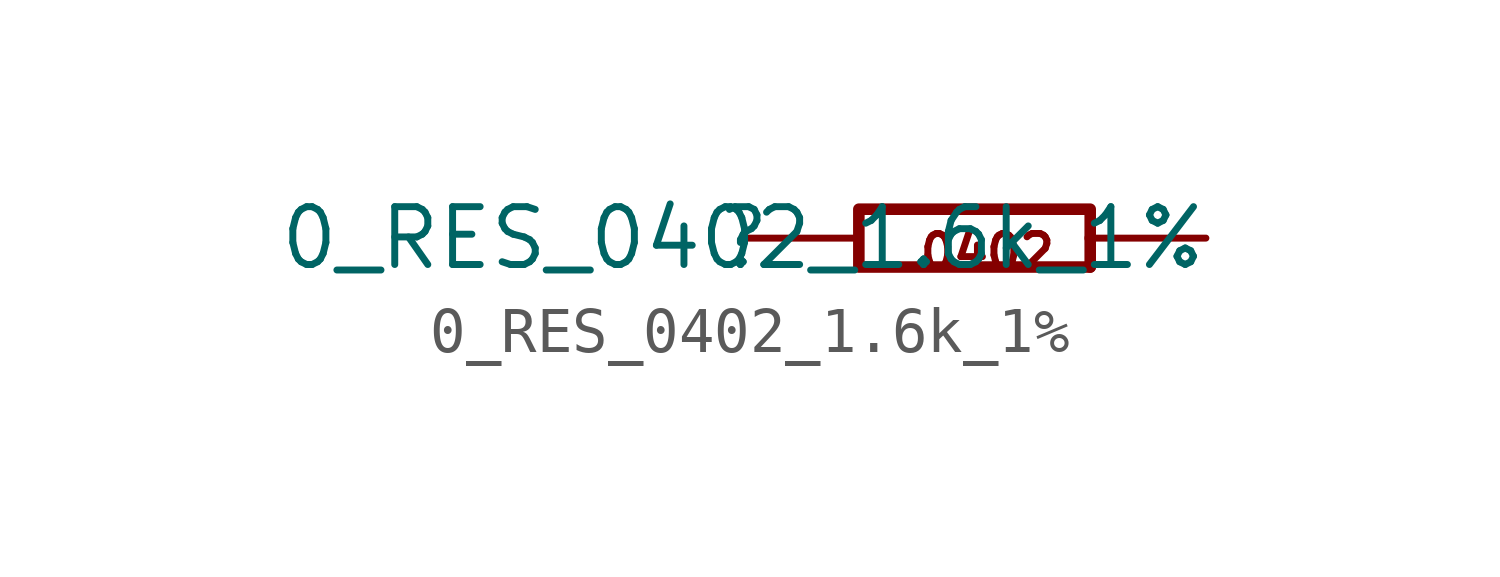
<source format=kicad_sym>
(kicad_symbol_lib
  (version 20211014)
  (generator kicad_symbol_editor)
  (symbol "0_RES_0402_1.6k_1%"
    (property "Reference" ""
      (at 0 0 0)
      (effects (font (size 1.27 1.27))))
    (property "Value" "0_RES_0402_1.6k_1%"
      (at 0 0 0)
      (effects (font (size 1.27 1.27))))
    (symbol "0_RES_0402_1.6k_1%_1_0"
      (polyline (pts (xy 7.62 -0.635) (xy 7.62 0)) (stroke (width 0.254) (type default) (color 0 0 0 0)) (fill (type none)))
      (polyline (pts (xy 7.62 0) (xy 7.62 0.635) (xy 2.54 0.635) (xy 2.54 -0.635) (xy 7.62 -0.635)) (stroke (width 0.254) (type default) (color 0 0 0 0)) (fill (type none)))
      (text "0402" (at 3.81 -0.762 0) (effects (font (size 0.762 0.762)) (justify left bottom)))
      (pin passive line (at 0 0 0) (length 2.54) (name "1" (effects (font (size 0 0)))) (number "1" (effects (font (size 0 0)))))
      (pin passive line (at 10.16 0 180) (length 2.54) (name "2" (effects (font (size 0 0)))) (number "2" (effects (font (size 0 0))))))))
</source>
